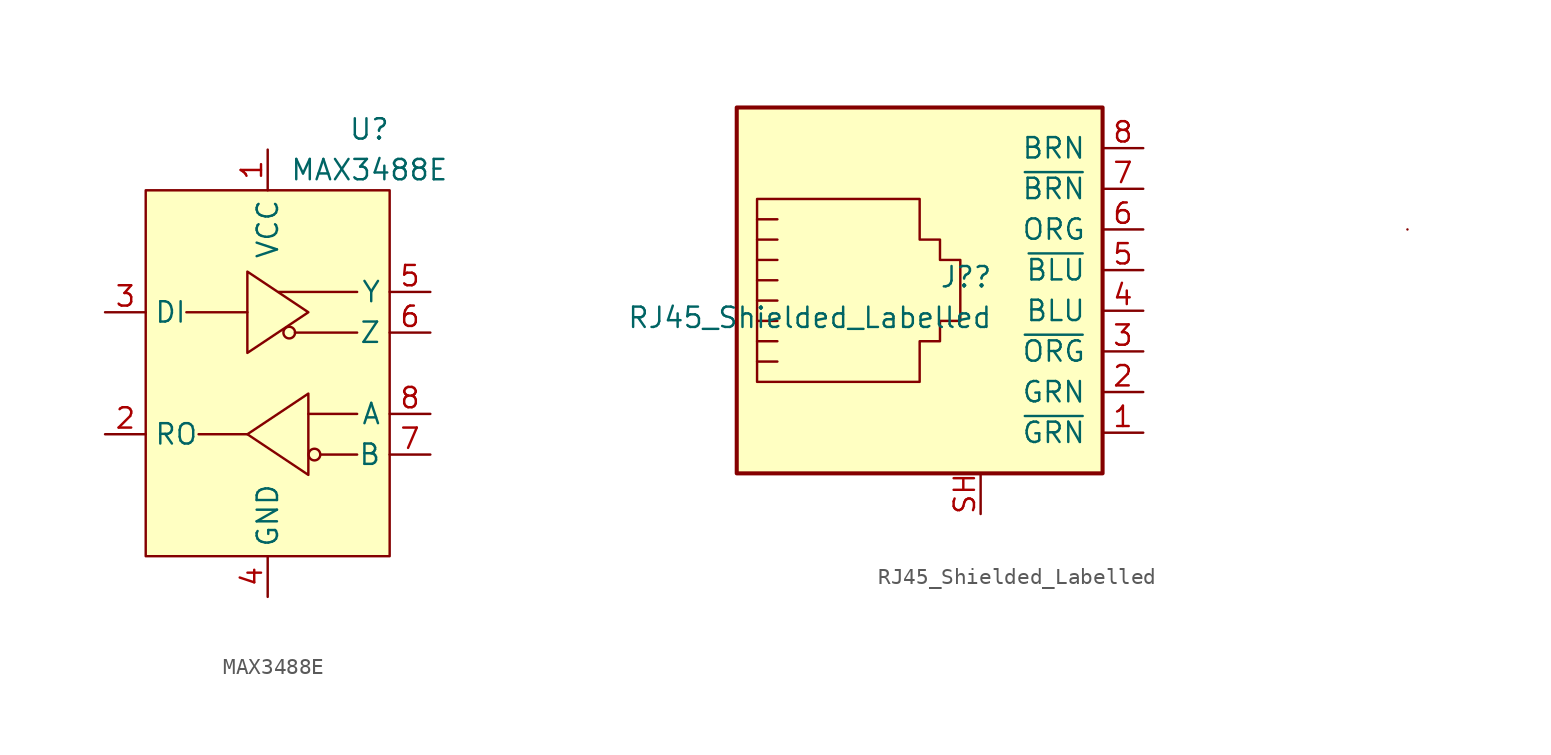
<source format=kicad_sym>
(kicad_symbol_lib
  (version 20211014)
  (generator kicad_symbol_editor)
  (symbol "MAX3488E"
    (property "Reference" "U"
      (at 6.35 15.24 0)
      (effects (font (size 1.27 1.27))))
    (property "Value" "MAX3488E"
      (at 6.35 12.7 0)
      (effects (font (size 1.27 1.27))))
    (symbol "MAX3488E_0_1"
      (rectangle (start -7.62 11.43) (end 7.62 -11.43) (stroke (width 0.152) (type default) (color 0 0 0 0)) (fill (type background)))
      (polyline (pts (xy -4.318 -3.81) (xy -1.27 -3.81)) (stroke (width 0.152) (type default) (color 0 0 0 0)) (fill (type none)))
      (polyline (pts (xy -1.27 3.81) (xy -5.08 3.81)) (stroke (width 0.152) (type default) (color 0 0 0 0)) (fill (type none)))
      (polyline (pts (xy 0.686 5.08) (xy 5.588 5.08)) (stroke (width 0.152) (type default) (color 0 0 0 0)) (fill (type none)))
      (polyline (pts (xy 2.54 -2.54) (xy 5.588 -2.54)) (stroke (width 0.152) (type default) (color 0 0 0 0)) (fill (type none)))
      (polyline (pts (xy 5.588 -5.08) (xy 3.302 -5.08)) (stroke (width 0.152) (type default) (color 0 0 0 0)) (fill (type none)))
      (polyline (pts (xy 5.588 2.54) (xy 1.702 2.54)) (stroke (width 0.152) (type default) (color 0 0 0 0)) (fill (type none)))
      (polyline (pts (xy -1.27 1.27) (xy -1.27 6.35) (xy 2.54 3.81) (xy -1.27 1.27)) (stroke (width 0.152) (type default) (color 0 0 0 0)) (fill (type none)))
      (polyline (pts (xy 2.54 -1.27) (xy 2.54 -6.35) (xy -1.27 -3.81) (xy 2.54 -1.27)) (stroke (width 0.152) (type default) (color 0 0 0 0)) (fill (type none)))
      (circle (center 1.346 2.54) (radius 0.364) (stroke (width 0.152) (type default) (color 0 0 0 0)) (fill (type none)))
      (circle (center 2.921 -5.08) (radius 0.364) (stroke (width 0.152) (type default) (color 0 0 0 0)) (fill (type none))))
    (symbol "MAX3488E_1_1"
      (pin input line (at 0 13.97 270) (length 2.54) (name "VCC" (effects (font (size 1.27 1.27)))) (number "1" (effects (font (size 1.27 1.27)))))
      (pin input line (at -10.16 -3.81 0) (length 2.54) (name "RO" (effects (font (size 1.27 1.27)))) (number "2" (effects (font (size 1.27 1.27)))))
      (pin input line (at -10.16 3.81 0) (length 2.54) (name "DI" (effects (font (size 1.27 1.27)))) (number "3" (effects (font (size 1.27 1.27)))))
      (pin input line (at 0 -13.97 90) (length 2.54) (name "GND" (effects (font (size 1.27 1.27)))) (number "4" (effects (font (size 1.27 1.27)))))
      (pin input line (at 10.16 5.08 180) (length 2.54) (name "Y" (effects (font (size 1.27 1.27)))) (number "5" (effects (font (size 1.27 1.27)))))
      (pin input line (at 10.16 2.54 180) (length 2.54) (name "Z" (effects (font (size 1.27 1.27)))) (number "6" (effects (font (size 1.27 1.27)))))
      (pin input line (at 10.16 -5.08 180) (length 2.54) (name "B" (effects (font (size 1.27 1.27)))) (number "7" (effects (font (size 1.27 1.27)))))
      (pin input line (at 10.16 -2.54 180) (length 2.54) (name "A" (effects (font (size 1.27 1.27)))) (number "8" (effects (font (size 1.27 1.27)))))))
  (symbol "RJ45_Shielded_Labelled"
    (pin_names
      (offset 1.016))
    (property "Reference" "J?"
      (at 0.762 2.105 0)
      (effects (font (size 1.27 1.27)) (justify right)))
    (property "Value" "RJ45_Shielded_Labelled"
      (at 0.762 -0.432 0)
      (effects (font (size 1.27 1.27)) (justify right)))
    (symbol "RJ45_Shielded_Labelled_0_1"
      (rectangle (start -15.24 12.7) (end 7.62 -10.16) (stroke (width 0.254) (type default) (color 0 0 0 0)) (fill (type background)))
      (polyline (pts (xy -12.7 4.445) (xy -13.97 4.445)) (stroke (width 0) (type default) (color 0 0 0 0)) (fill (type none)))
      (polyline (pts (xy -12.7 5.715) (xy -13.97 5.715)) (stroke (width 0) (type default) (color 0 0 0 0)) (fill (type none)))
      (polyline (pts (xy 26.67 5.08) (xy 26.67 5.08)) (stroke (width 0.152) (type default) (color 0 0 0 0)) (fill (type none)))
      (polyline (pts (xy -13.97 -3.175) (xy -12.7 -3.175) (xy -12.7 -3.175)) (stroke (width 0) (type default) (color 0 0 0 0)) (fill (type none)))
      (polyline (pts (xy -13.97 -1.905) (xy -12.7 -1.905) (xy -12.7 -1.905)) (stroke (width 0) (type default) (color 0 0 0 0)) (fill (type none)))
      (polyline (pts (xy -13.97 -0.635) (xy -12.7 -0.635) (xy -12.7 -0.635)) (stroke (width 0) (type default) (color 0 0 0 0)) (fill (type none)))
      (polyline (pts (xy -13.97 0.635) (xy -12.7 0.635) (xy -12.7 0.635)) (stroke (width 0) (type default) (color 0 0 0 0)) (fill (type none)))
      (polyline (pts (xy -13.97 1.905) (xy -12.7 1.905) (xy -12.7 1.905)) (stroke (width 0) (type default) (color 0 0 0 0)) (fill (type none)))
      (polyline (pts (xy -12.7 3.175) (xy -13.97 3.175) (xy -13.97 3.175)) (stroke (width 0) (type default) (color 0 0 0 0)) (fill (type none)))
      (polyline (pts (xy -13.97 -4.445) (xy -13.97 6.985) (xy -3.81 6.985) (xy -3.81 4.445) (xy -2.54 4.445) (xy -2.54 3.175) (xy -1.27 3.175) (xy -1.27 -0.635) (xy -2.54 -0.635) (xy -2.54 -1.905) (xy -3.81 -1.905) (xy -3.81 -4.445) (xy -13.97 -4.445) (xy -13.97 -4.445)) (stroke (width 0) (type default) (color 0 0 0 0)) (fill (type none))))
    (symbol "RJ45_Shielded_Labelled_1_1"
      (pin passive line (at 10.16 -7.62 180) (length 2.54) (name "~{GRN}" (effects (font (size 1.27 1.27)))) (number "1" (effects (font (size 1.27 1.27)))))
      (pin passive line (at 10.16 -5.08 180) (length 2.54) (name "GRN" (effects (font (size 1.27 1.27)))) (number "2" (effects (font (size 1.27 1.27)))))
      (pin passive line (at 10.16 -2.54 180) (length 2.54) (name "~{ORG}" (effects (font (size 1.27 1.27)))) (number "3" (effects (font (size 1.27 1.27)))))
      (pin passive line (at 10.16 0 180) (length 2.54) (name "BLU" (effects (font (size 1.27 1.27)))) (number "4" (effects (font (size 1.27 1.27)))))
      (pin passive line (at 10.16 2.54 180) (length 2.54) (name "~{BLU}" (effects (font (size 1.27 1.27)))) (number "5" (effects (font (size 1.27 1.27)))))
      (pin passive line (at 10.16 5.08 180) (length 2.54) (name "ORG" (effects (font (size 1.27 1.27)))) (number "6" (effects (font (size 1.27 1.27)))))
      (pin passive line (at 10.16 7.62 180) (length 2.54) (name "~{BRN}" (effects (font (size 1.27 1.27)))) (number "7" (effects (font (size 1.27 1.27)))))
      (pin passive line (at 10.16 10.16 180) (length 2.54) (name "BRN" (effects (font (size 1.27 1.27)))) (number "8" (effects (font (size 1.27 1.27)))))
      (pin passive line (at 0 -12.7 90) (length 2.54) (name "~" (effects (font (size 1.27 1.27)))) (number "SH" (effects (font (size 1.27 1.27))))))))
</source>
